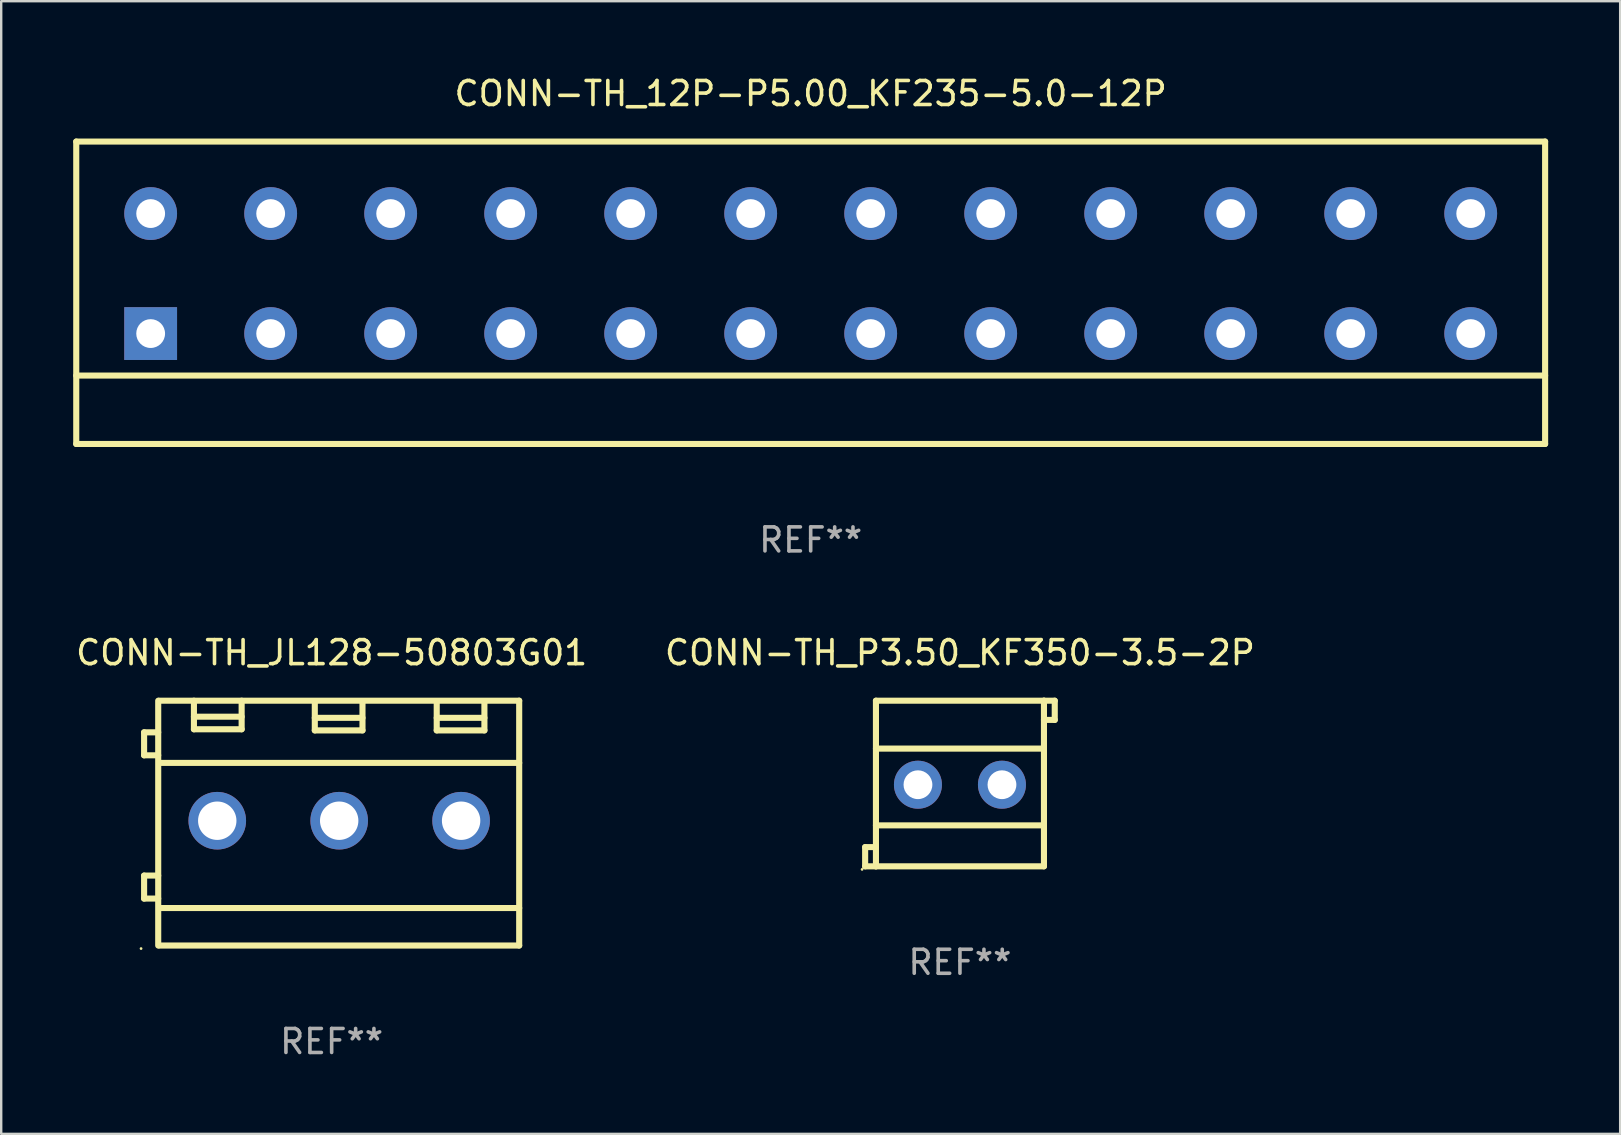
<source format=kicad_pcb>
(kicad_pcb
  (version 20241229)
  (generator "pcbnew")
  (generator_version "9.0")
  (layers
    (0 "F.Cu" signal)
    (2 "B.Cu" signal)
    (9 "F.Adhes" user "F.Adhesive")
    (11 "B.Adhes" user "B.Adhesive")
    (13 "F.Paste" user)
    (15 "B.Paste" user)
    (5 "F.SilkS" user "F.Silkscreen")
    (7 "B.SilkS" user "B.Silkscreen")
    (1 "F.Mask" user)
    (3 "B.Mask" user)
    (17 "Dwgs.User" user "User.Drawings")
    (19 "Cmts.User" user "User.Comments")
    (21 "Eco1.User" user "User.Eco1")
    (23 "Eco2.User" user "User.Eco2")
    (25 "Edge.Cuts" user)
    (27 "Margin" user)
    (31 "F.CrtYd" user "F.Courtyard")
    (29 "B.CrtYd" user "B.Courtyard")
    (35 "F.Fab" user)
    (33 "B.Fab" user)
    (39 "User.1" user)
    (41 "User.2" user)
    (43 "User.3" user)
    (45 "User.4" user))
  (footprint "CONN-TH_12P-P5.00_KF235-5.0-12P"
    (layer "F.Cu")
    (at 30.727 9.148)
    (property "Reference" "CONN-TH_12P-P5.00_KF235-5.0-12P" (at 0 -8.3 0) (layer "F.SilkS") (effects (font (size 1 1) (thickness 0.15))))
    (attr through_hole)
    (fp_line (start -30.6 -6.3) (end -30.6 6.3) (stroke (width 0.254) (type solid)) (layer "F.SilkS"))
    (fp_line (start -30.6 -6.3) (end 30.6 -6.3) (stroke (width 0.254) (type solid)) (layer "F.SilkS"))
    (fp_line (start -30.6 3.45) (end 30.6 3.45) (stroke (width 0.254) (type solid)) (layer "F.SilkS"))
    (fp_line (start -30.6 6.3) (end 30.6 6.3) (stroke (width 0.254) (type solid)) (layer "F.SilkS"))
    (fp_line (start 30.6 -6.3) (end 30.6 6.3) (stroke (width 0.254) (type solid)) (layer "F.SilkS"))
    (fp_circle (center -30.6 6.3) (end -30.57 6.3) (stroke (width 0.06) (type solid)) (fill no) (layer "F.SilkS"))
    (fp_text user "REF**" (at 0 10.3 0) (layer "F.Fab") (effects (font (size 1 1) (thickness 0.15))))
    (pad "1" thru_hole circle (at -27.5 -3.3) (size 2.2 2.2) (drill 1.2) (layers "*.Cu" "*.Mask"))
    (pad "1" thru_hole rect (at -27.5 1.7 180) (size 2.2 2.2) (drill 1.2) (layers "*.Cu" "*.Mask"))
    (pad "2" thru_hole circle (at -22.5 -3.3) (size 2.2 2.2) (drill 1.2) (layers "*.Cu" "*.Mask"))
    (pad "2" thru_hole circle (at -22.5 1.7) (size 2.2 2.2) (drill 1.2) (layers "*.Cu" "*.Mask"))
    (pad "3" thru_hole circle (at -17.5 -3.3) (size 2.2 2.2) (drill 1.2) (layers "*.Cu" "*.Mask"))
    (pad "3" thru_hole circle (at -17.5 1.7) (size 2.2 2.2) (drill 1.2) (layers "*.Cu" "*.Mask"))
    (pad "4" thru_hole circle (at -12.5 -3.3) (size 2.2 2.2) (drill 1.2) (layers "*.Cu" "*.Mask"))
    (pad "4" thru_hole circle (at -12.5 1.7) (size 2.2 2.2) (drill 1.2) (layers "*.Cu" "*.Mask"))
    (pad "5" thru_hole circle (at -7.5 -3.3) (size 2.2 2.2) (drill 1.2) (layers "*.Cu" "*.Mask"))
    (pad "5" thru_hole circle (at -7.5 1.7) (size 2.2 2.2) (drill 1.2) (layers "*.Cu" "*.Mask"))
    (pad "6" thru_hole circle (at -2.5 -3.3) (size 2.2 2.2) (drill 1.2) (layers "*.Cu" "*.Mask"))
    (pad "6" thru_hole circle (at -2.5 1.7) (size 2.2 2.2) (drill 1.2) (layers "*.Cu" "*.Mask"))
    (pad "7" thru_hole circle (at 2.5 -3.3) (size 2.2 2.2) (drill 1.2) (layers "*.Cu" "*.Mask"))
    (pad "7" thru_hole circle (at 2.5 1.7) (size 2.2 2.2) (drill 1.2) (layers "*.Cu" "*.Mask"))
    (pad "8" thru_hole circle (at 7.5 -3.3) (size 2.2 2.2) (drill 1.2) (layers "*.Cu" "*.Mask"))
    (pad "8" thru_hole circle (at 7.5 1.7) (size 2.2 2.2) (drill 1.2) (layers "*.Cu" "*.Mask"))
    (pad "9" thru_hole circle (at 12.5 -3.3) (size 2.2 2.2) (drill 1.2) (layers "*.Cu" "*.Mask"))
    (pad "9" thru_hole circle (at 12.5 1.7) (size 2.2 2.2) (drill 1.2) (layers "*.Cu" "*.Mask"))
    (pad "10" thru_hole circle (at 17.5 -3.3) (size 2.2 2.2) (drill 1.2) (layers "*.Cu" "*.Mask"))
    (pad "10" thru_hole circle (at 17.5 1.7) (size 2.2 2.2) (drill 1.2) (layers "*.Cu" "*.Mask"))
    (pad "11" thru_hole circle (at 22.5 -3.3) (size 2.2 2.2) (drill 1.2) (layers "*.Cu" "*.Mask"))
    (pad "11" thru_hole circle (at 22.5 1.7) (size 2.2 2.2) (drill 1.2) (layers "*.Cu" "*.Mask"))
    (pad "12" thru_hole circle (at 27.5 -3.3) (size 2.2 2.2) (drill 1.2) (layers "*.Cu" "*.Mask"))
    (pad "12" thru_hole circle (at 27.5 1.7) (size 2.2 2.2) (drill 1.2) (layers "*.Cu" "*.Mask")))
  (footprint "CONN-TH_JL128-50803G01"
    (layer "F.Cu")
    (at 10.768 31.245)
    (property "Reference" "CONN-TH_JL128-50803G01" (at 0 -7.1 0) (layer "F.SilkS") (effects (font (size 1 1) (thickness 0.15))))
    (attr through_hole)
    (fp_line (start -7.814 -3.783) (end -7.227 -3.783) (stroke (width 0.254) (type solid)) (layer "F.SilkS"))
    (fp_line (start -7.814 -2.825) (end -7.814 -3.783) (stroke (width 0.254) (type solid)) (layer "F.SilkS"))
    (fp_line (start -7.814 2.186) (end -7.227 2.186) (stroke (width 0.254) (type solid)) (layer "F.SilkS"))
    (fp_line (start -7.814 3.144) (end -7.814 2.186) (stroke (width 0.254) (type solid)) (layer "F.SilkS"))
    (fp_line (start -7.227 -2.825) (end -7.814 -2.825) (stroke (width 0.254) (type solid)) (layer "F.SilkS"))
    (fp_line (start -7.227 3.144) (end -7.814 3.144) (stroke (width 0.254) (type solid)) (layer "F.SilkS"))
    (fp_line (start -7.226 -5.1) (end -7.226 5.1) (stroke (width 0.254) (type solid)) (layer "F.SilkS"))
    (fp_line (start -7.186 -5.1) (end 7.814 -5.1) (stroke (width 0.254) (type solid)) (layer "F.SilkS"))
    (fp_line (start -7.186 -2.509) (end 7.814 -2.509) (stroke (width 0.254) (type solid)) (layer "F.SilkS"))
    (fp_line (start -7.186 3.538) (end 7.814 3.538) (stroke (width 0.254) (type solid)) (layer "F.SilkS"))
    (fp_line (start -7.186 5.1) (end 7.814 5.1) (stroke (width 0.254) (type solid)) (layer "F.SilkS"))
    (fp_line (start -5.738 -5.1) (end -5.738 -3.91) (stroke (width 0.254) (type solid)) (layer "F.SilkS"))
    (fp_line (start -5.738 -4.433) (end -3.75 -4.433) (stroke (width 0.254) (type solid)) (layer "F.SilkS"))
    (fp_line (start -5.738 -3.91) (end -3.75 -3.91) (stroke (width 0.254) (type solid)) (layer "F.SilkS"))
    (fp_line (start -3.75 -3.91) (end -3.75 -5.1) (stroke (width 0.254) (type solid)) (layer "F.SilkS"))
    (fp_line (start -0.702 -5.053) (end -0.702 -3.863) (stroke (width 0.254) (type solid)) (layer "F.SilkS"))
    (fp_line (start -0.702 -4.386) (end 1.285 -4.386) (stroke (width 0.254) (type solid)) (layer "F.SilkS"))
    (fp_line (start -0.702 -3.863) (end 1.285 -3.863) (stroke (width 0.254) (type solid)) (layer "F.SilkS"))
    (fp_line (start 1.285 -3.863) (end 1.285 -5.053) (stroke (width 0.254) (type solid)) (layer "F.SilkS"))
    (fp_line (start 4.378 -5.053) (end 4.378 -3.863) (stroke (width 0.254) (type solid)) (layer "F.SilkS"))
    (fp_line (start 4.378 -4.386) (end 6.365 -4.386) (stroke (width 0.254) (type solid)) (layer "F.SilkS"))
    (fp_line (start 4.378 -3.863) (end 6.365 -3.863) (stroke (width 0.254) (type solid)) (layer "F.SilkS"))
    (fp_line (start 6.365 -3.863) (end 6.365 -5.053) (stroke (width 0.254) (type solid)) (layer "F.SilkS"))
    (fp_line (start 7.814 5.1) (end 7.814 -5.1) (stroke (width 0.254) (type solid)) (layer "F.SilkS"))
    (fp_circle (center -7.941 5.227) (end -7.911 5.227) (stroke (width 0.06) (type solid)) (fill no) (layer "F.SilkS"))
    (fp_text user "REF**" (at 0 9.1 0) (layer "F.Fab") (effects (font (size 1 1) (thickness 0.15))))
    (pad "1" thru_hole circle (at -4.766 -0.1) (size 2.4 2.4) (drill 1.6) (layers "*.Cu" "*.Mask"))
    (pad "2" thru_hole circle (at 0.314 -0.1) (size 2.4 2.4) (drill 1.6) (layers "*.Cu" "*.Mask"))
    (pad "3" thru_hole circle (at 5.394 -0.1) (size 2.4 2.4) (drill 1.6) (layers "*.Cu" "*.Mask")))
  (footprint "CONN-TH_P3.50_KF350-3.5-2P"
    (layer "F.Cu")
    (at 36.946 29.595)
    (property "Reference" "CONN-TH_P3.50_KF350-3.5-2P" (at 0 -5.45 0) (layer "F.SilkS") (effects (font (size 1 1) (thickness 0.15))))
    (attr through_hole)
    (fp_line (start -3.95 2.65) (end -3.5 2.65) (stroke (width 0.254) (type solid)) (layer "F.SilkS"))
    (fp_line (start -3.95 3.45) (end -3.95 2.65) (stroke (width 0.254) (type solid)) (layer "F.SilkS"))
    (fp_line (start -3.5 -3.45) (end -3.5 3.45) (stroke (width 0.254) (type solid)) (layer "F.SilkS"))
    (fp_line (start -3.5 -3.45) (end 3.5 -3.45) (stroke (width 0.254) (type solid)) (layer "F.SilkS"))
    (fp_line (start -3.5 -1.455) (end 3.5 -1.455) (stroke (width 0.254) (type solid)) (layer "F.SilkS"))
    (fp_line (start -3.5 1.743) (end 3.5 1.743) (stroke (width 0.254) (type solid)) (layer "F.SilkS"))
    (fp_line (start -3.5 3.45) (end -3.95 3.45) (stroke (width 0.254) (type solid)) (layer "F.SilkS"))
    (fp_line (start -3.5 3.45) (end 3.5 3.45) (stroke (width 0.254) (type solid)) (layer "F.SilkS"))
    (fp_line (start 3.5 -3.45) (end 3.95 -3.45) (stroke (width 0.254) (type solid)) (layer "F.SilkS"))
    (fp_line (start 3.5 -3.45) (end 3.5 3.45) (stroke (width 0.254) (type solid)) (layer "F.SilkS"))
    (fp_line (start 3.95 -3.45) (end 3.95 -2.65) (stroke (width 0.254) (type solid)) (layer "F.SilkS"))
    (fp_line (start 3.95 -2.65) (end 3.5 -2.65) (stroke (width 0.254) (type solid)) (layer "F.SilkS"))
    (fp_circle (center -4.077 3.577) (end -4.047 3.577) (stroke (width 0.06) (type solid)) (fill no) (layer "F.SilkS"))
    (fp_text user "REF**" (at 0 7.45 0) (layer "F.Fab") (effects (font (size 1 1) (thickness 0.15))))
    (pad "1" thru_hole circle (at -1.75 0.05) (size 2 2) (drill 1.2) (layers "*.Cu" "*.Mask"))
    (pad "2" thru_hole circle (at 1.75 0.05) (size 2 2) (drill 1.2) (layers "*.Cu" "*.Mask")))
  (gr_rect
    (start -3 -3)
    (end 64.454 44.193)
    (stroke (width 0.1) (type default))
    (fill no)
    (layer "Edge.Cuts")))
</source>
